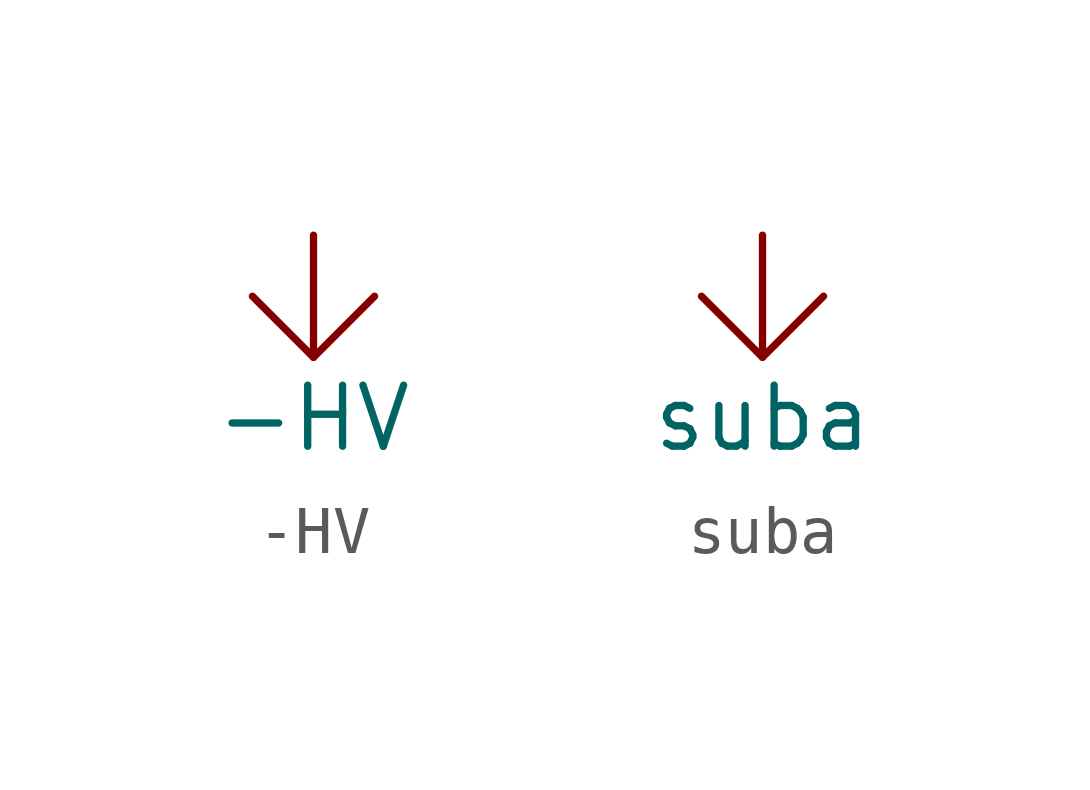
<source format=kicad_sym>
(kicad_symbol_lib
  (version 20220914)
  (generator kicad_symbol_editor)
  (symbol "-HV"
    (power)
    (pin_names
      (offset 0))
    (property "Reference" "#PWR"
      (at -1.27 -5.08 0)
      (effects (font (size 1.27 1.27)) hide))
    (property "Value" "-HV"
      (at 0 -3.81 0)
      (effects (font (size 1.27 1.27))))
    (symbol "-HV_0_0"
      (pin power_in line (at 0 0 270) (length 0) hide (name "-HV" (effects (font (size 1.27 1.27)))) (number "1" (effects (font (size 1.27 1.27))))))
    (symbol "-HV_0_1"
      (polyline (pts (xy 0 -2.54) (xy 0 0)) (stroke (width 0) (type default)) (fill (type none)))
      (polyline (pts (xy 0 -2.54) (xy 1.27 -1.27) (xy 0 -2.54) (xy -1.27 -1.27)) (stroke (width 0) (type default)) (fill (type none)))))
  (symbol "suba"
    (power)
    (pin_names
      (offset 0))
    (property "Reference" "#PWR"
      (at -1.27 -5.08 0)
      (effects (font (size 1.27 1.27)) hide))
    (property "Value" "suba"
      (at 0 -3.81 0)
      (effects (font (size 1.27 1.27))))
    (symbol "suba_0_0"
      (pin power_in line (at 0 0 270) (length 0) hide (name "suba" (effects (font (size 1.27 1.27)))) (number "1" (effects (font (size 1.27 1.27))))))
    (symbol "suba_0_1"
      (polyline (pts (xy 0 -2.54) (xy 0 0)) (stroke (width 0) (type default)) (fill (type none)))
      (polyline (pts (xy -1.27 -1.27) (xy 0 -2.54) (xy 1.27 -1.27)) (stroke (width 0) (type default)) (fill (type none))))))
</source>
